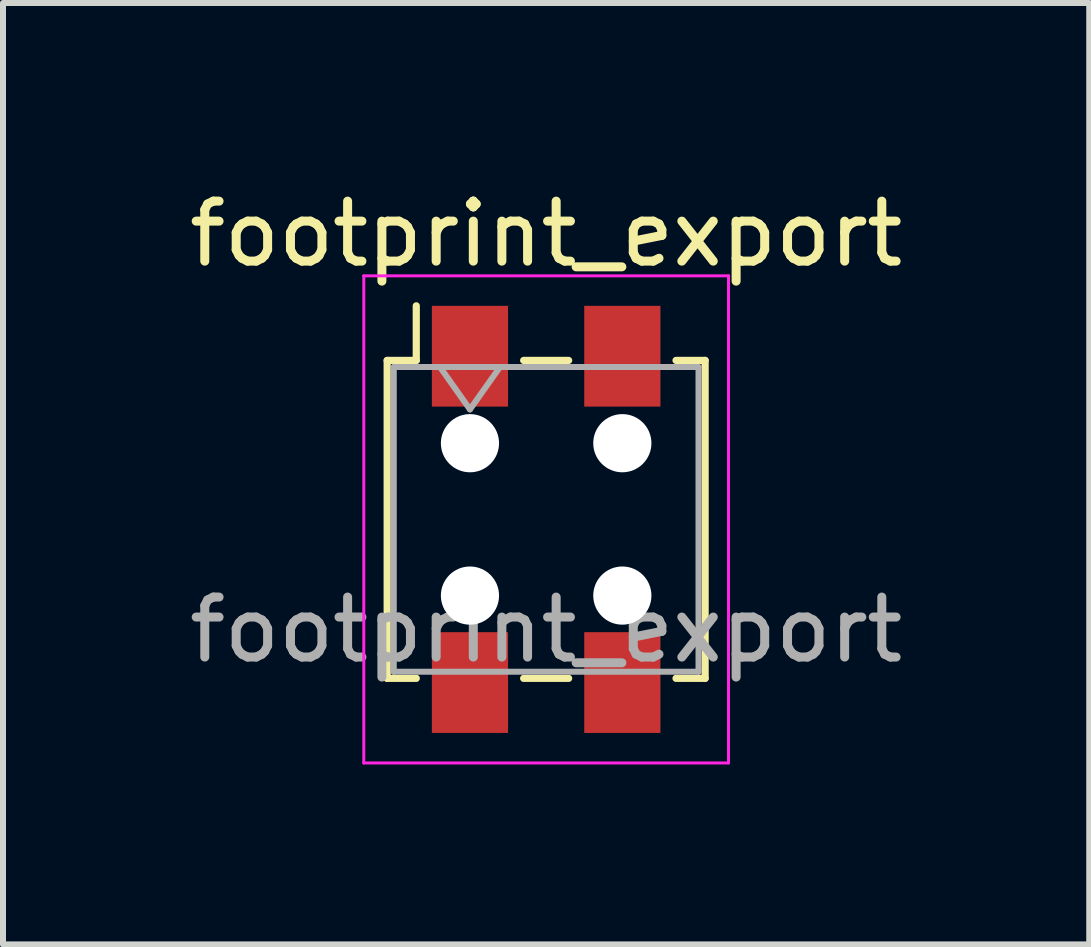
<source format=kicad_pcb>
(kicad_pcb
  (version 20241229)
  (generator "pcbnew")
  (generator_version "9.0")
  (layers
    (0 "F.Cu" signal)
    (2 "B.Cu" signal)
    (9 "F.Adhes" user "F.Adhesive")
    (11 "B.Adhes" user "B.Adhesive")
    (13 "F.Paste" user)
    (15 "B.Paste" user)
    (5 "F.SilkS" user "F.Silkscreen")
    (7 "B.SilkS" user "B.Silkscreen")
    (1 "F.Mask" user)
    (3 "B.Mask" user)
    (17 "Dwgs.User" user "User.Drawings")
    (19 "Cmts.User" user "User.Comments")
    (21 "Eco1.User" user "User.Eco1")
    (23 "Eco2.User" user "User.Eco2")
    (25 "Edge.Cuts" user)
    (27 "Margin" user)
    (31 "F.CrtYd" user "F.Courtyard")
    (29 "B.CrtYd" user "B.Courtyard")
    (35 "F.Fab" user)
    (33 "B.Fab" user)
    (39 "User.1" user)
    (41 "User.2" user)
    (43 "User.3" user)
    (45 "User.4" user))
  (footprint "footprint_export"
    (layer "F.Cu")
    (at 6.054 5.608)
    (property "Reference" "footprint_export" (at 0 -4.76 0) (layer "F.SilkS") (effects (font (size 1 1) (thickness 0.15))))
    (attr smd)
    (fp_line (start -2.65 -2.65) (end -2.65 2.65) (stroke (width 0.12) (type solid)) (layer "F.SilkS"))
    (fp_line (start -2.65 2.65) (end -2.165 2.65) (stroke (width 0.12) (type solid)) (layer "F.SilkS"))
    (fp_line (start -2.165 -3.56) (end -2.165 -2.65) (stroke (width 0.12) (type solid)) (layer "F.SilkS"))
    (fp_line (start -2.165 -2.65) (end -2.65 -2.65) (stroke (width 0.12) (type solid)) (layer "F.SilkS"))
    (fp_line (start -0.375 -2.65) (end 0.375 -2.65) (stroke (width 0.12) (type solid)) (layer "F.SilkS"))
    (fp_line (start -0.375 2.65) (end 0.375 2.65) (stroke (width 0.12) (type solid)) (layer "F.SilkS"))
    (fp_line (start 2.165 -2.65) (end 2.65 -2.65) (stroke (width 0.12) (type solid)) (layer "F.SilkS"))
    (fp_line (start 2.65 -2.65) (end 2.65 2.65) (stroke (width 0.12) (type solid)) (layer "F.SilkS"))
    (fp_line (start 2.65 2.65) (end 2.165 2.65) (stroke (width 0.12) (type solid)) (layer "F.SilkS"))
    (fp_line (start -3.04 -4.06) (end 3.04 -4.06) (stroke (width 0.05) (type solid)) (layer "F.CrtYd"))
    (fp_line (start -3.04 4.06) (end -3.04 -4.06) (stroke (width 0.05) (type solid)) (layer "F.CrtYd"))
    (fp_line (start 3.04 -4.06) (end 3.04 4.06) (stroke (width 0.05) (type solid)) (layer "F.CrtYd"))
    (fp_line (start 3.04 4.06) (end -3.04 4.06) (stroke (width 0.05) (type solid)) (layer "F.CrtYd"))
    (fp_line (start -2.54 -2.54) (end 2.54 -2.54) (stroke (width 0.1) (type solid)) (layer "F.Fab"))
    (fp_line (start -2.54 2.54) (end -2.54 -2.54) (stroke (width 0.1) (type solid)) (layer "F.Fab"))
    (fp_line (start -1.77 -2.54) (end -1.27 -1.833) (stroke (width 0.1) (type solid)) (layer "F.Fab"))
    (fp_line (start -1.27 -1.833) (end -0.77 -2.54) (stroke (width 0.1) (type solid)) (layer "F.Fab"))
    (fp_line (start 2.54 -2.54) (end 2.54 2.54) (stroke (width 0.1) (type solid)) (layer "F.Fab"))
    (fp_line (start 2.54 2.54) (end -2.54 2.54) (stroke (width 0.1) (type solid)) (layer "F.Fab"))
    (fp_text user "${REFERENCE}" (at 0 1.84 0) (layer "F.Fab") (effects (font (size 1 1) (thickness 0.15))))
    (pad "" np_thru_hole circle (at -1.27 -1.27) (size 0.97 0.97) (drill 0.97) (layers "*.Cu" "*.Mask"))
    (pad "" np_thru_hole circle (at -1.27 1.27) (size 0.97 0.97) (drill 0.97) (layers "*.Cu" "*.Mask"))
    (pad "" np_thru_hole circle (at 1.27 -1.27) (size 0.97 0.97) (drill 0.97) (layers "*.Cu" "*.Mask"))
    (pad "" np_thru_hole circle (at 1.27 1.27) (size 0.97 0.97) (drill 0.97) (layers "*.Cu" "*.Mask"))
    (pad "1" smd rect (at -1.27 -2.72) (size 1.27 1.68) (layers "F.Cu" "F.Mask" "F.Paste"))
    (pad "2" smd rect (at -1.27 2.72) (size 1.27 1.68) (layers "F.Cu" "F.Mask" "F.Paste"))
    (pad "3" smd rect (at 1.27 -2.72) (size 1.27 1.68) (layers "F.Cu" "F.Mask" "F.Paste"))
    (pad "4" smd rect (at 1.27 2.72) (size 1.27 1.68) (layers "F.Cu" "F.Mask" "F.Paste")))
  (gr_rect
    (start -3 -3)
    (end 15.107 12.693)
    (stroke (width 0.1) (type default))
    (fill no)
    (layer "Edge.Cuts")))
</source>
